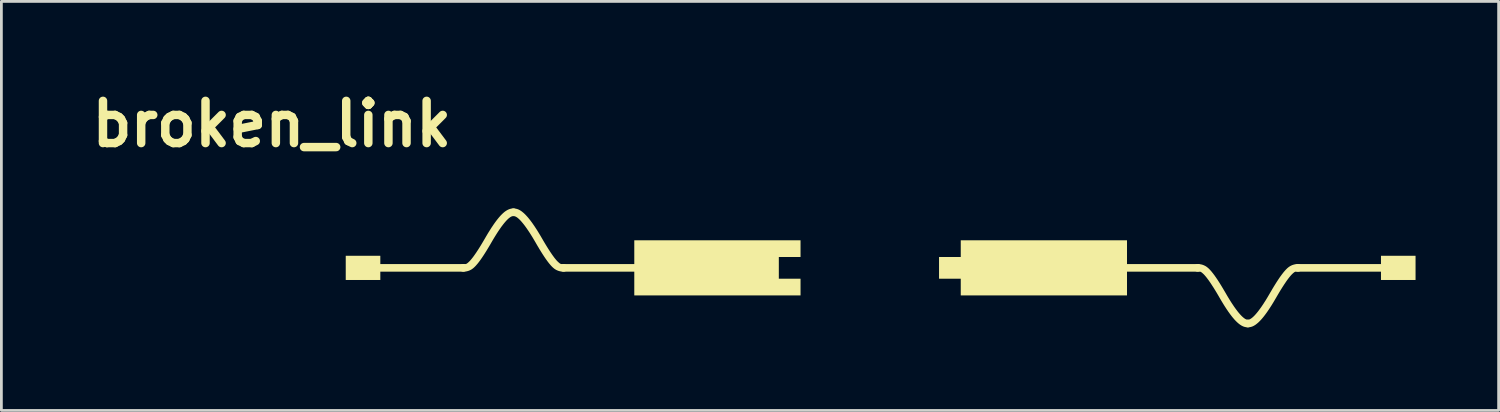
<source format=kicad_pcb>
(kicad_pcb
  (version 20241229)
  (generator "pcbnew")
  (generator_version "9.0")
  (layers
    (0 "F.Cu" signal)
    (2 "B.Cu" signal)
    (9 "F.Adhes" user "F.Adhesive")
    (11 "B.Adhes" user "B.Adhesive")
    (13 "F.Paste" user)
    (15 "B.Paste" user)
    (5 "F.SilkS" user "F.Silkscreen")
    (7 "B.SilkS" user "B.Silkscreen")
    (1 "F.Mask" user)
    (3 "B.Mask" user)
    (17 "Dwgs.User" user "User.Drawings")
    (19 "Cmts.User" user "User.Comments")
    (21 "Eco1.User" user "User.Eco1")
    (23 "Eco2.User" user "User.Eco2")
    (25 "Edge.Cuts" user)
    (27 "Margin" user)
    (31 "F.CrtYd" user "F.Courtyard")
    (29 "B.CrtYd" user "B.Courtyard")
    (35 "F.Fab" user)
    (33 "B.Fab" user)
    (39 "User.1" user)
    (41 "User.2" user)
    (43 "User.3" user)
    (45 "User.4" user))
  (footprint "broken_link"
    (layer "F.Cu")
    (at 6.764 4.474)
    (property "Reference" "broken_link" (at 0 -3.048 0) (layer "F.SilkS") (effects (font (size 1.524 1.524) (thickness 0.305))))
    (attr exclude_from_pos_files exclude_from_bom)
    (fp_poly (pts (xy 2.668 1.71) (xy 2.668 2.584) (xy 3.916 2.584) (xy 3.916 1.71) (xy 2.668 1.71)) (stroke (width 0) (type solid)) (fill yes) (layer "F.SilkS"))
    (fp_poly (pts (xy 40.042 1.71) (xy 40.042 2.584) (xy 41.29 2.584) (xy 41.29 1.71) (xy 40.042 1.71)) (stroke (width 0) (type solid)) (fill yes) (layer "F.SilkS"))
    (fp_poly (pts (xy 13.085 1.151) (xy 13.085 3.141) (xy 19.087 3.141) (xy 19.087 2.538) (xy 18.303 2.538) (xy 18.303 1.754) (xy 19.087 1.754) (xy 19.087 1.151) (xy 13.085 1.151)) (stroke (width 0) (type solid)) (fill yes) (layer "F.SilkS"))
    (fp_poly (pts (xy 24.871 1.151) (xy 24.871 1.754) (xy 24.087 1.754) (xy 24.087 2.538) (xy 24.871 2.538) (xy 24.871 3.141) (xy 30.873 3.141) (xy 30.873 1.151) (xy 24.871 1.151)) (stroke (width 0) (type solid)) (fill yes) (layer "F.SilkS"))
    (fp_poly (pts (xy 3.915 2.009) (xy 3.888 2.011) (xy 3.863 2.019) (xy 3.839 2.032) (xy 3.818 2.049) (xy 3.801 2.07) (xy 3.788 2.094) (xy 3.78 2.119) (xy 3.778 2.146) (xy 3.78 2.173) (xy 3.788 2.199) (xy 3.801 2.223) (xy 3.818 2.243) (xy 3.839 2.26) (xy 3.863 2.273) (xy 3.888 2.281) (xy 3.915 2.284) (xy 6.917 2.284) (xy 6.943 2.281) (xy 6.969 2.273) (xy 6.993 2.26) (xy 7.014 2.243) (xy 7.031 2.223) (xy 7.044 2.199) (xy 7.051 2.173) (xy 7.054 2.146) (xy 7.051 2.119) (xy 7.044 2.094) (xy 7.031 2.07) (xy 7.014 2.049) (xy 6.993 2.032) (xy 6.969 2.019) (xy 6.943 2.011) (xy 6.917 2.009) (xy 3.915 2.009)) (stroke (width 0) (type solid)) (fill yes) (layer "F.SilkS"))
    (fp_poly (pts (xy 10.528 2.009) (xy 10.501 2.011) (xy 10.475 2.019) (xy 10.452 2.032) (xy 10.431 2.049) (xy 10.414 2.07) (xy 10.401 2.094) (xy 10.393 2.119) (xy 10.391 2.146) (xy 10.393 2.173) (xy 10.401 2.199) (xy 10.414 2.223) (xy 10.431 2.243) (xy 10.452 2.26) (xy 10.475 2.273) (xy 10.501 2.281) (xy 10.528 2.284) (xy 13.529 2.284) (xy 13.556 2.281) (xy 13.582 2.273) (xy 13.606 2.26) (xy 13.627 2.243) (xy 13.644 2.223) (xy 13.656 2.199) (xy 13.664 2.173) (xy 13.667 2.146) (xy 13.664 2.119) (xy 13.656 2.094) (xy 13.644 2.07) (xy 13.627 2.049) (xy 13.606 2.032) (xy 13.582 2.019) (xy 13.556 2.011) (xy 13.529 2.009) (xy 10.528 2.009)) (stroke (width 0) (type solid)) (fill yes) (layer "F.SilkS"))
    (fp_poly (pts (xy 30.428 2.009) (xy 30.401 2.011) (xy 30.375 2.019) (xy 30.352 2.032) (xy 30.331 2.049) (xy 30.314 2.07) (xy 30.301 2.094) (xy 30.293 2.119) (xy 30.29 2.146) (xy 30.293 2.173) (xy 30.301 2.199) (xy 30.314 2.223) (xy 30.331 2.243) (xy 30.352 2.26) (xy 30.375 2.273) (xy 30.401 2.281) (xy 30.428 2.284) (xy 33.429 2.284) (xy 33.456 2.281) (xy 33.482 2.273) (xy 33.506 2.26) (xy 33.527 2.243) (xy 33.544 2.223) (xy 33.556 2.199) (xy 33.564 2.173) (xy 33.567 2.146) (xy 33.564 2.119) (xy 33.556 2.094) (xy 33.544 2.07) (xy 33.527 2.049) (xy 33.506 2.032) (xy 33.482 2.019) (xy 33.456 2.011) (xy 33.429 2.009) (xy 30.428 2.009)) (stroke (width 0) (type solid)) (fill yes) (layer "F.SilkS"))
    (fp_poly (pts (xy 37.041 2.009) (xy 37.014 2.011) (xy 36.988 2.019) (xy 36.964 2.032) (xy 36.944 2.049) (xy 36.927 2.07) (xy 36.914 2.094) (xy 36.906 2.119) (xy 36.903 2.146) (xy 36.906 2.173) (xy 36.914 2.199) (xy 36.927 2.223) (xy 36.944 2.243) (xy 36.964 2.26) (xy 36.988 2.273) (xy 37.014 2.281) (xy 37.041 2.284) (xy 40.042 2.284) (xy 40.069 2.281) (xy 40.095 2.273) (xy 40.119 2.26) (xy 40.139 2.243) (xy 40.157 2.223) (xy 40.169 2.199) (xy 40.177 2.173) (xy 40.18 2.146) (xy 40.177 2.119) (xy 40.169 2.094) (xy 40.157 2.07) (xy 40.139 2.049) (xy 40.119 2.032) (xy 40.095 2.019) (xy 40.069 2.011) (xy 40.042 2.009) (xy 37.041 2.009)) (stroke (width 0) (type solid)) (fill yes) (layer "F.SilkS"))
    (fp_poly (pts (xy 8.708 0.002) (xy 8.698 0.003) (xy 8.679 0.004) (xy 8.652 0.007) (xy 8.62 0.013) (xy 8.584 0.023) (xy 8.563 0.031) (xy 8.541 0.04) (xy 8.518 0.051) (xy 8.495 0.063) (xy 8.471 0.077) (xy 8.447 0.093) (xy 8.421 0.11) (xy 8.395 0.13) (xy 8.369 0.152) (xy 8.357 0.163) (xy 8.344 0.174) (xy 8.332 0.186) (xy 8.319 0.198) (xy 8.306 0.21) (xy 8.293 0.224) (xy 8.28 0.237) (xy 8.266 0.251) (xy 8.252 0.266) (xy 8.239 0.282) (xy 8.224 0.297) (xy 8.21 0.314) (xy 8.195 0.331) (xy 8.181 0.349) (xy 8.166 0.367) (xy 8.15 0.386) (xy 8.135 0.406) (xy 8.119 0.426) (xy 8.103 0.447) (xy 8.086 0.469) (xy 8.07 0.492) (xy 8.053 0.515) (xy 8.036 0.539) (xy 8.018 0.564) (xy 8.001 0.589) (xy 7.983 0.616) (xy 7.965 0.643) (xy 7.946 0.671) (xy 7.927 0.699) (xy 7.908 0.729) (xy 7.889 0.759) (xy 7.869 0.791) (xy 7.849 0.823) (xy 7.828 0.856) (xy 7.807 0.89) (xy 7.786 0.925) (xy 7.765 0.961) (xy 7.743 0.998) (xy 7.721 1.035) (xy 7.699 1.074) (xy 7.674 1.116) (xy 7.65 1.157) (xy 7.627 1.196) (xy 7.604 1.235) (xy 7.582 1.272) (xy 7.56 1.308) (xy 7.539 1.343) (xy 7.518 1.377) (xy 7.498 1.409) (xy 7.478 1.441) (xy 7.459 1.471) (xy 7.44 1.501) (xy 7.421 1.529) (xy 7.403 1.556) (xy 7.386 1.583) (xy 7.369 1.608) (xy 7.352 1.632) (xy 7.336 1.656) (xy 7.32 1.678) (xy 7.305 1.7) (xy 7.29 1.72) (xy 7.276 1.74) (xy 7.262 1.759) (xy 7.248 1.776) (xy 7.235 1.793) (xy 7.222 1.81) (xy 7.209 1.825) (xy 7.197 1.84) (xy 7.186 1.853) (xy 7.174 1.866) (xy 7.163 1.879) (xy 7.153 1.89) (xy 7.143 1.901) (xy 7.133 1.911) (xy 7.123 1.92) (xy 7.114 1.929) (xy 7.085 1.956) (xy 7.061 1.976) (xy 7.041 1.99) (xy 7.024 2) (xy 7.008 2.006) (xy 6.992 2.009) (xy 6.976 2.009) (xy 6.957 2.009) (xy 6.935 2.009) (xy 6.908 2.009) (xy 6.881 2.012) (xy 6.855 2.02) (xy 6.831 2.033) (xy 6.811 2.051) (xy 6.794 2.073) (xy 6.782 2.097) (xy 6.774 2.123) (xy 6.773 2.15) (xy 6.776 2.177) (xy 6.785 2.203) (xy 6.798 2.226) (xy 6.816 2.246) (xy 6.837 2.263) (xy 6.861 2.275) (xy 6.887 2.282) (xy 6.914 2.284) (xy 6.93 2.283) (xy 6.948 2.282) (xy 6.967 2.281) (xy 6.988 2.279) (xy 7.009 2.276) (xy 7.032 2.272) (xy 7.056 2.266) (xy 7.081 2.26) (xy 7.107 2.251) (xy 7.133 2.241) (xy 7.16 2.229) (xy 7.188 2.214) (xy 7.216 2.198) (xy 7.244 2.178) (xy 7.273 2.156) (xy 7.301 2.131) (xy 7.313 2.12) (xy 7.325 2.108) (xy 7.337 2.096) (xy 7.349 2.084) (xy 7.361 2.071) (xy 7.374 2.057) (xy 7.386 2.043) (xy 7.399 2.028) (xy 7.412 2.013) (xy 7.426 1.997) (xy 7.439 1.98) (xy 7.453 1.963) (xy 7.467 1.945) (xy 7.481 1.927) (xy 7.495 1.908) (xy 7.51 1.888) (xy 7.525 1.868) (xy 7.54 1.846) (xy 7.555 1.825) (xy 7.571 1.802) (xy 7.587 1.779) (xy 7.604 1.754) (xy 7.62 1.729) (xy 7.637 1.704) (xy 7.655 1.677) (xy 7.672 1.65) (xy 7.69 1.622) (xy 7.709 1.592) (xy 7.727 1.563) (xy 7.747 1.532) (xy 7.766 1.5) (xy 7.786 1.467) (xy 7.806 1.434) (xy 7.827 1.399) (xy 7.848 1.364) (xy 7.87 1.327) (xy 7.892 1.29) (xy 7.914 1.251) (xy 7.937 1.212) (xy 7.961 1.171) (xy 7.984 1.131) (xy 8.007 1.093) (xy 8.029 1.056) (xy 8.051 1.02) (xy 8.073 0.985) (xy 8.094 0.951) (xy 8.115 0.918) (xy 8.135 0.886) (xy 8.155 0.855) (xy 8.174 0.826) (xy 8.194 0.797) (xy 8.212 0.769) (xy 8.231 0.743) (xy 8.249 0.717) (xy 8.266 0.692) (xy 8.283 0.668) (xy 8.3 0.645) (xy 8.317 0.623) (xy 8.333 0.602) (xy 8.348 0.582) (xy 8.364 0.562) (xy 8.379 0.543) (xy 8.393 0.526) (xy 8.407 0.509) (xy 8.421 0.492) (xy 8.435 0.477) (xy 8.448 0.462) (xy 8.46 0.448) (xy 8.473 0.435) (xy 8.485 0.422) (xy 8.496 0.41) (xy 8.508 0.399) (xy 8.519 0.389) (xy 8.529 0.379) (xy 8.539 0.369) (xy 8.549 0.361) (xy 8.583 0.334) (xy 8.611 0.314) (xy 8.635 0.3) (xy 8.654 0.291) (xy 8.67 0.286) (xy 8.689 0.28) (xy 8.707 0.278) (xy 8.736 0.275) (xy 8.763 0.269) (xy 8.787 0.259) (xy 8.81 0.244) (xy 8.829 0.225) (xy 8.843 0.202) (xy 8.854 0.177) (xy 8.859 0.151) (xy 8.859 0.124) (xy 8.853 0.098) (xy 8.843 0.073) (xy 8.828 0.051) (xy 8.809 0.032) (xy 8.786 0.017) (xy 8.762 0.007) (xy 8.735 0.002) (xy 8.708 0.002) (xy 8.708 0.002)) (stroke (width 0) (type solid)) (fill yes) (layer "F.SilkS"))
    (fp_poly (pts (xy 33.427 2.009) (xy 33.4 2.011) (xy 33.374 2.018) (xy 33.349 2.03) (xy 33.328 2.047) (xy 33.31 2.067) (xy 33.297 2.091) (xy 33.288 2.117) (xy 33.285 2.144) (xy 33.288 2.171) (xy 33.295 2.196) (xy 33.307 2.22) (xy 33.323 2.241) (xy 33.344 2.259) (xy 33.367 2.272) (xy 33.392 2.28) (xy 33.419 2.284) (xy 33.446 2.284) (xy 33.468 2.283) (xy 33.487 2.283) (xy 33.504 2.284) (xy 33.52 2.286) (xy 33.536 2.292) (xy 33.553 2.302) (xy 33.573 2.316) (xy 33.598 2.337) (xy 33.627 2.363) (xy 33.636 2.372) (xy 33.646 2.381) (xy 33.655 2.391) (xy 33.666 2.402) (xy 33.676 2.414) (xy 33.687 2.426) (xy 33.698 2.439) (xy 33.71 2.453) (xy 33.722 2.467) (xy 33.735 2.483) (xy 33.747 2.499) (xy 33.761 2.516) (xy 33.774 2.534) (xy 33.788 2.553) (xy 33.803 2.572) (xy 33.818 2.593) (xy 33.833 2.614) (xy 33.849 2.637) (xy 33.865 2.66) (xy 33.882 2.684) (xy 33.899 2.71) (xy 33.916 2.736) (xy 33.934 2.763) (xy 33.952 2.792) (xy 33.971 2.821) (xy 33.991 2.851) (xy 34.011 2.883) (xy 34.031 2.916) (xy 34.052 2.949) (xy 34.073 2.984) (xy 34.095 3.02) (xy 34.117 3.057) (xy 34.14 3.096) (xy 34.163 3.135) (xy 34.187 3.176) (xy 34.211 3.218) (xy 34.234 3.257) (xy 34.256 3.295) (xy 34.278 3.332) (xy 34.299 3.367) (xy 34.32 3.402) (xy 34.341 3.436) (xy 34.361 3.469) (xy 34.382 3.502) (xy 34.401 3.533) (xy 34.421 3.563) (xy 34.44 3.593) (xy 34.459 3.622) (xy 34.477 3.65) (xy 34.496 3.677) (xy 34.514 3.703) (xy 34.531 3.729) (xy 34.549 3.753) (xy 34.566 3.777) (xy 34.583 3.801) (xy 34.599 3.823) (xy 34.616 3.845) (xy 34.632 3.866) (xy 34.647 3.886) (xy 34.663 3.906) (xy 34.678 3.925) (xy 34.693 3.943) (xy 34.708 3.961) (xy 34.723 3.978) (xy 34.737 3.995) (xy 34.751 4.011) (xy 34.765 4.026) (xy 34.779 4.041) (xy 34.793 4.055) (xy 34.806 4.069) (xy 34.819 4.082) (xy 34.832 4.094) (xy 34.845 4.107) (xy 34.857 4.118) (xy 34.869 4.129) (xy 34.882 4.14) (xy 34.908 4.162) (xy 34.934 4.182) (xy 34.959 4.2) (xy 34.984 4.216) (xy 35.008 4.231) (xy 35.031 4.243) (xy 35.054 4.254) (xy 35.075 4.263) (xy 35.096 4.271) (xy 35.133 4.281) (xy 35.165 4.287) (xy 35.192 4.29) (xy 35.211 4.292) (xy 35.221 4.292) (xy 35.248 4.292) (xy 35.274 4.287) (xy 35.299 4.277) (xy 35.322 4.262) (xy 35.341 4.243) (xy 35.356 4.221) (xy 35.366 4.196) (xy 35.371 4.17) (xy 35.372 4.143) (xy 35.366 4.117) (xy 35.356 4.092) (xy 35.341 4.07) (xy 35.322 4.05) (xy 35.3 4.035) (xy 35.275 4.025) (xy 35.249 4.02) (xy 35.22 4.017) (xy 35.202 4.014) (xy 35.182 4.009) (xy 35.167 4.003) (xy 35.147 3.993) (xy 35.124 3.979) (xy 35.095 3.958) (xy 35.062 3.931) (xy 35.052 3.923) (xy 35.042 3.913) (xy 35.031 3.903) (xy 35.02 3.893) (xy 35.009 3.882) (xy 34.998 3.87) (xy 34.985 3.857) (xy 34.973 3.844) (xy 34.96 3.83) (xy 34.947 3.815) (xy 34.934 3.8) (xy 34.92 3.784) (xy 34.905 3.767) (xy 34.891 3.749) (xy 34.876 3.73) (xy 34.86 3.711) (xy 34.845 3.69) (xy 34.829 3.669) (xy 34.812 3.647) (xy 34.795 3.624) (xy 34.778 3.6) (xy 34.76 3.575) (xy 34.742 3.55) (xy 34.724 3.523) (xy 34.705 3.495) (xy 34.686 3.466) (xy 34.666 3.437) (xy 34.646 3.406) (xy 34.625 3.374) (xy 34.605 3.341) (xy 34.583 3.307) (xy 34.562 3.272) (xy 34.54 3.236) (xy 34.517 3.199) (xy 34.495 3.161) (xy 34.471 3.121) (xy 34.448 3.08) (xy 34.425 3.041) (xy 34.402 3.002) (xy 34.38 2.965) (xy 34.359 2.929) (xy 34.338 2.893) (xy 34.317 2.859) (xy 34.297 2.825) (xy 34.277 2.792) (xy 34.258 2.761) (xy 34.239 2.73) (xy 34.22 2.7) (xy 34.202 2.671) (xy 34.184 2.643) (xy 34.166 2.616) (xy 34.149 2.589) (xy 34.132 2.563) (xy 34.115 2.539) (xy 34.099 2.515) (xy 34.083 2.491) (xy 34.067 2.469) (xy 34.052 2.447) (xy 34.037 2.426) (xy 34.022 2.405) (xy 34.007 2.386) (xy 33.993 2.367) (xy 33.979 2.348) (xy 33.965 2.331) (xy 33.951 2.314) (xy 33.938 2.297) (xy 33.925 2.281) (xy 33.912 2.266) (xy 33.899 2.251) (xy 33.886 2.237) (xy 33.874 2.224) (xy 33.862 2.21) (xy 33.849 2.198) (xy 33.838 2.186) (xy 33.826 2.174) (xy 33.814 2.163) (xy 33.785 2.138) (xy 33.757 2.116) (xy 33.729 2.096) (xy 33.701 2.079) (xy 33.673 2.065) (xy 33.646 2.052) (xy 33.62 2.042) (xy 33.594 2.033) (xy 33.569 2.026) (xy 33.545 2.021) (xy 33.522 2.017) (xy 33.5 2.013) (xy 33.48 2.011) (xy 33.461 2.01) (xy 33.443 2.009) (xy 33.427 2.008) (xy 33.427 2.009)) (stroke (width 0) (type solid)) (fill yes) (layer "F.SilkS"))
    (fp_poly (pts (xy 37.043 2.009) (xy 37.027 2.009) (xy 37.009 2.01) (xy 36.99 2.012) (xy 36.97 2.014) (xy 36.948 2.017) (xy 36.925 2.021) (xy 36.901 2.027) (xy 36.876 2.034) (xy 36.85 2.042) (xy 36.824 2.053) (xy 36.797 2.065) (xy 36.769 2.08) (xy 36.741 2.097) (xy 36.713 2.116) (xy 36.685 2.138) (xy 36.656 2.163) (xy 36.645 2.174) (xy 36.633 2.186) (xy 36.621 2.198) (xy 36.608 2.211) (xy 36.596 2.224) (xy 36.584 2.237) (xy 36.571 2.252) (xy 36.558 2.266) (xy 36.545 2.282) (xy 36.532 2.297) (xy 36.518 2.314) (xy 36.505 2.331) (xy 36.491 2.349) (xy 36.477 2.367) (xy 36.462 2.386) (xy 36.448 2.406) (xy 36.433 2.426) (xy 36.417 2.447) (xy 36.402 2.469) (xy 36.386 2.491) (xy 36.37 2.515) (xy 36.354 2.539) (xy 36.337 2.564) (xy 36.32 2.589) (xy 36.303 2.616) (xy 36.285 2.643) (xy 36.267 2.671) (xy 36.249 2.7) (xy 36.23 2.73) (xy 36.211 2.761) (xy 36.191 2.793) (xy 36.171 2.825) (xy 36.151 2.859) (xy 36.13 2.893) (xy 36.109 2.929) (xy 36.088 2.965) (xy 36.066 3.003) (xy 36.043 3.041) (xy 36.02 3.081) (xy 35.997 3.121) (xy 35.973 3.161) (xy 35.951 3.199) (xy 35.928 3.237) (xy 35.906 3.273) (xy 35.885 3.308) (xy 35.864 3.342) (xy 35.843 3.374) (xy 35.822 3.406) (xy 35.803 3.437) (xy 35.783 3.467) (xy 35.764 3.495) (xy 35.745 3.523) (xy 35.727 3.55) (xy 35.709 3.576) (xy 35.691 3.6) (xy 35.674 3.624) (xy 35.657 3.647) (xy 35.641 3.669) (xy 35.625 3.69) (xy 35.609 3.711) (xy 35.594 3.73) (xy 35.579 3.749) (xy 35.564 3.767) (xy 35.55 3.784) (xy 35.536 3.8) (xy 35.523 3.816) (xy 35.51 3.83) (xy 35.497 3.844) (xy 35.485 3.858) (xy 35.473 3.87) (xy 35.461 3.882) (xy 35.45 3.893) (xy 35.439 3.904) (xy 35.428 3.914) (xy 35.418 3.923) (xy 35.408 3.932) (xy 35.375 3.959) (xy 35.346 3.979) (xy 35.323 3.993) (xy 35.303 4.003) (xy 35.288 4.009) (xy 35.269 4.014) (xy 35.25 4.017) (xy 35.221 4.02) (xy 35.195 4.025) (xy 35.17 4.036) (xy 35.148 4.051) (xy 35.129 4.07) (xy 35.114 4.092) (xy 35.104 4.117) (xy 35.099 4.143) (xy 35.099 4.17) (xy 35.104 4.197) (xy 35.114 4.221) (xy 35.129 4.244) (xy 35.149 4.263) (xy 35.171 4.277) (xy 35.196 4.288) (xy 35.222 4.293) (xy 35.249 4.293) (xy 35.259 4.292) (xy 35.278 4.291) (xy 35.305 4.287) (xy 35.338 4.281) (xy 35.374 4.271) (xy 35.395 4.264) (xy 35.416 4.254) (xy 35.439 4.244) (xy 35.462 4.231) (xy 35.486 4.217) (xy 35.511 4.201) (xy 35.536 4.182) (xy 35.562 4.162) (xy 35.588 4.14) (xy 35.601 4.13) (xy 35.613 4.118) (xy 35.626 4.107) (xy 35.638 4.095) (xy 35.651 4.082) (xy 35.664 4.069) (xy 35.678 4.055) (xy 35.691 4.041) (xy 35.705 4.026) (xy 35.719 4.011) (xy 35.733 3.995) (xy 35.747 3.979) (xy 35.762 3.961) (xy 35.777 3.944) (xy 35.792 3.925) (xy 35.807 3.906) (xy 35.823 3.887) (xy 35.838 3.866) (xy 35.855 3.845) (xy 35.871 3.823) (xy 35.887 3.801) (xy 35.904 3.778) (xy 35.921 3.754) (xy 35.939 3.729) (xy 35.956 3.703) (xy 35.974 3.677) (xy 35.993 3.65) (xy 36.011 3.622) (xy 36.03 3.593) (xy 36.049 3.564) (xy 36.069 3.533) (xy 36.089 3.502) (xy 36.109 3.47) (xy 36.129 3.437) (xy 36.15 3.403) (xy 36.171 3.368) (xy 36.192 3.332) (xy 36.214 3.295) (xy 36.236 3.257) (xy 36.259 3.219) (xy 36.283 3.176) (xy 36.307 3.136) (xy 36.33 3.096) (xy 36.353 3.058) (xy 36.375 3.021) (xy 36.397 2.984) (xy 36.418 2.95) (xy 36.439 2.916) (xy 36.46 2.883) (xy 36.479 2.852) (xy 36.499 2.821) (xy 36.518 2.792) (xy 36.536 2.763) (xy 36.554 2.736) (xy 36.572 2.71) (xy 36.589 2.685) (xy 36.605 2.66) (xy 36.621 2.637) (xy 36.637 2.614) (xy 36.652 2.593) (xy 36.667 2.572) (xy 36.682 2.553) (xy 36.696 2.534) (xy 36.709 2.516) (xy 36.723 2.499) (xy 36.735 2.483) (xy 36.748 2.468) (xy 36.76 2.453) (xy 36.772 2.439) (xy 36.783 2.426) (xy 36.794 2.414) (xy 36.804 2.402) (xy 36.815 2.392) (xy 36.824 2.382) (xy 36.834 2.372) (xy 36.843 2.363) (xy 36.872 2.337) (xy 36.896 2.317) (xy 36.916 2.302) (xy 36.934 2.293) (xy 36.949 2.287) (xy 36.965 2.284) (xy 36.981 2.283) (xy 37 2.283) (xy 37.022 2.284) (xy 37.049 2.284) (xy 37.076 2.281) (xy 37.102 2.273) (xy 37.125 2.26) (xy 37.146 2.242) (xy 37.163 2.221) (xy 37.175 2.197) (xy 37.183 2.171) (xy 37.185 2.144) (xy 37.182 2.117) (xy 37.173 2.091) (xy 37.16 2.068) (xy 37.142 2.047) (xy 37.121 2.03) (xy 37.096 2.018) (xy 37.07 2.011) (xy 37.043 2.009) (xy 37.043 2.009)) (stroke (width 0) (type solid)) (fill yes) (layer "F.SilkS"))
    (fp_poly (pts (xy 8.736 0.002) (xy 8.709 0.002) (xy 8.683 0.007) (xy 8.658 0.017) (xy 8.636 0.032) (xy 8.617 0.051) (xy 8.602 0.073) (xy 8.591 0.098) (xy 8.586 0.124) (xy 8.586 0.151) (xy 8.591 0.178) (xy 8.601 0.203) (xy 8.616 0.225) (xy 8.635 0.244) (xy 8.657 0.259) (xy 8.682 0.269) (xy 8.708 0.275) (xy 8.737 0.278) (xy 8.756 0.281) (xy 8.775 0.286) (xy 8.788 0.291) (xy 8.804 0.297) (xy 8.822 0.307) (xy 8.844 0.32) (xy 8.869 0.338) (xy 8.897 0.361) (xy 8.907 0.37) (xy 8.917 0.379) (xy 8.928 0.389) (xy 8.939 0.399) (xy 8.95 0.411) (xy 8.962 0.423) (xy 8.974 0.435) (xy 8.986 0.448) (xy 8.999 0.462) (xy 9.012 0.477) (xy 9.025 0.493) (xy 9.039 0.509) (xy 9.053 0.526) (xy 9.068 0.544) (xy 9.083 0.562) (xy 9.098 0.582) (xy 9.114 0.602) (xy 9.13 0.623) (xy 9.146 0.645) (xy 9.163 0.668) (xy 9.18 0.692) (xy 9.198 0.717) (xy 9.216 0.743) (xy 9.234 0.77) (xy 9.253 0.797) (xy 9.272 0.826) (xy 9.292 0.856) (xy 9.312 0.886) (xy 9.332 0.918) (xy 9.353 0.951) (xy 9.374 0.985) (xy 9.396 1.02) (xy 9.418 1.056) (xy 9.44 1.093) (xy 9.463 1.132) (xy 9.486 1.171) (xy 9.51 1.212) (xy 9.533 1.251) (xy 9.555 1.29) (xy 9.577 1.327) (xy 9.598 1.364) (xy 9.62 1.399) (xy 9.64 1.434) (xy 9.66 1.468) (xy 9.68 1.5) (xy 9.7 1.532) (xy 9.719 1.563) (xy 9.738 1.593) (xy 9.756 1.622) (xy 9.774 1.65) (xy 9.791 1.677) (xy 9.809 1.704) (xy 9.826 1.73) (xy 9.842 1.755) (xy 9.859 1.779) (xy 9.874 1.802) (xy 9.89 1.825) (xy 9.906 1.847) (xy 9.921 1.868) (xy 9.936 1.888) (xy 9.95 1.908) (xy 9.964 1.927) (xy 9.979 1.946) (xy 9.992 1.963) (xy 10.006 1.981) (xy 10.019 1.997) (xy 10.033 2.013) (xy 10.046 2.028) (xy 10.058 2.043) (xy 10.071 2.057) (xy 10.083 2.071) (xy 10.096 2.084) (xy 10.108 2.097) (xy 10.12 2.109) (xy 10.132 2.12) (xy 10.143 2.131) (xy 10.172 2.156) (xy 10.2 2.179) (xy 10.229 2.198) (xy 10.257 2.215) (xy 10.285 2.229) (xy 10.312 2.241) (xy 10.339 2.252) (xy 10.364 2.26) (xy 10.39 2.267) (xy 10.414 2.272) (xy 10.437 2.276) (xy 10.459 2.279) (xy 10.479 2.281) (xy 10.499 2.283) (xy 10.516 2.283) (xy 10.532 2.284) (xy 10.532 2.284) (xy 10.559 2.282) (xy 10.585 2.275) (xy 10.608 2.262) (xy 10.629 2.246) (xy 10.647 2.226) (xy 10.66 2.203) (xy 10.669 2.177) (xy 10.672 2.151) (xy 10.67 2.124) (xy 10.663 2.098) (xy 10.651 2.074) (xy 10.635 2.052) (xy 10.614 2.035) (xy 10.591 2.021) (xy 10.566 2.012) (xy 10.539 2.009) (xy 10.512 2.009) (xy 10.489 2.01) (xy 10.47 2.01) (xy 10.454 2.009) (xy 10.438 2.006) (xy 10.422 2) (xy 10.404 1.991) (xy 10.384 1.976) (xy 10.36 1.956) (xy 10.33 1.929) (xy 10.321 1.921) (xy 10.312 1.911) (xy 10.302 1.901) (xy 10.292 1.89) (xy 10.281 1.879) (xy 10.27 1.867) (xy 10.259 1.854) (xy 10.248 1.84) (xy 10.236 1.825) (xy 10.223 1.81) (xy 10.21 1.794) (xy 10.197 1.777) (xy 10.184 1.759) (xy 10.17 1.74) (xy 10.155 1.72) (xy 10.141 1.7) (xy 10.125 1.678) (xy 10.11 1.656) (xy 10.094 1.633) (xy 10.077 1.608) (xy 10.06 1.583) (xy 10.043 1.557) (xy 10.025 1.529) (xy 10.006 1.501) (xy 9.988 1.472) (xy 9.968 1.441) (xy 9.949 1.41) (xy 9.928 1.377) (xy 9.908 1.343) (xy 9.886 1.308) (xy 9.865 1.272) (xy 9.842 1.235) (xy 9.82 1.197) (xy 9.796 1.157) (xy 9.773 1.116) (xy 9.748 1.074) (xy 9.726 1.036) (xy 9.704 0.998) (xy 9.682 0.961) (xy 9.66 0.925) (xy 9.639 0.89) (xy 9.618 0.856) (xy 9.598 0.823) (xy 9.578 0.791) (xy 9.558 0.76) (xy 9.538 0.729) (xy 9.519 0.7) (xy 9.5 0.671) (xy 9.482 0.643) (xy 9.463 0.616) (xy 9.445 0.59) (xy 9.427 0.564) (xy 9.41 0.539) (xy 9.393 0.515) (xy 9.376 0.492) (xy 9.359 0.47) (xy 9.343 0.448) (xy 9.327 0.427) (xy 9.311 0.406) (xy 9.295 0.387) (xy 9.28 0.368) (xy 9.265 0.349) (xy 9.25 0.331) (xy 9.235 0.314) (xy 9.221 0.298) (xy 9.206 0.282) (xy 9.192 0.266) (xy 9.179 0.252) (xy 9.165 0.238) (xy 9.152 0.224) (xy 9.139 0.211) (xy 9.126 0.198) (xy 9.113 0.186) (xy 9.1 0.174) (xy 9.088 0.163) (xy 9.076 0.153) (xy 9.049 0.131) (xy 9.024 0.111) (xy 8.999 0.093) (xy 8.974 0.077) (xy 8.951 0.063) (xy 8.928 0.051) (xy 8.906 0.04) (xy 8.884 0.031) (xy 8.863 0.024) (xy 8.827 0.014) (xy 8.794 0.008) (xy 8.766 0.004) (xy 8.747 0.003) (xy 8.736 0.002) (xy 8.736 0.002)) (stroke (width 0) (type solid)) (fill yes) (layer "F.SilkS")))
  (gr_rect
    (start -3 -3)
    (end 51.053 11.767)
    (stroke (width 0.1) (type default))
    (fill no)
    (layer "Edge.Cuts")))
</source>
